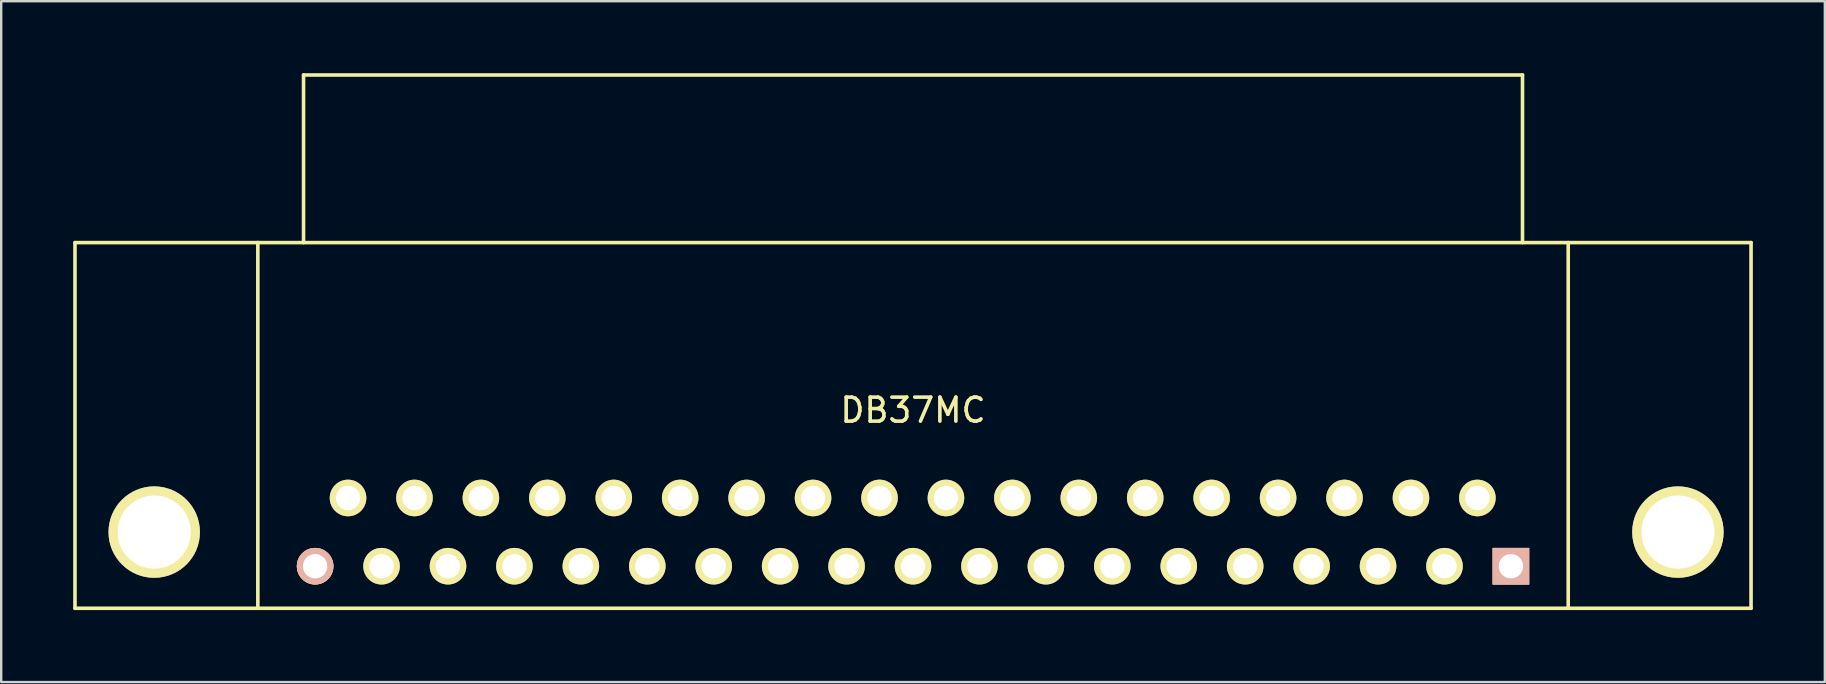
<source format=kicad_pcb>
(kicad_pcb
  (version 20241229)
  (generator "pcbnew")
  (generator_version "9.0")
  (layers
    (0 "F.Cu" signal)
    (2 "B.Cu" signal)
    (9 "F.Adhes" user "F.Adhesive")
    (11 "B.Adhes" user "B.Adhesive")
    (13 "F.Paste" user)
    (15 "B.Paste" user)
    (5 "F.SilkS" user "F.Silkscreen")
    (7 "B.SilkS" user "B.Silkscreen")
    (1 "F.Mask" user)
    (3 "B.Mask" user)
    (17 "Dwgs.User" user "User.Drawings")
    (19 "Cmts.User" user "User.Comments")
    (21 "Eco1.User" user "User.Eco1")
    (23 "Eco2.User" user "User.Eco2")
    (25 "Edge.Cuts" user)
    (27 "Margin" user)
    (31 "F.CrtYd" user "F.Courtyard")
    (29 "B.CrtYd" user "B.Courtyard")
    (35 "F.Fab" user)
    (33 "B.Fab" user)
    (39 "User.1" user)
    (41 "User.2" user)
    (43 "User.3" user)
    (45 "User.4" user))
  (footprint "DB37MC"
    (layer "F.Cu")
    (at 35 19.125)
    (property "Reference" "DB37MC" (at 0 -5.08 180) (layer "F.SilkS") (effects (font (size 1 1) (thickness 0.15))))
    (attr through_hole)
    (fp_line (start -34.925 -12.065) (end 34.925 -12.065) (stroke (width 0.15) (type solid)) (layer "F.SilkS"))
    (fp_line (start -34.925 3.175) (end -34.925 -12.065) (stroke (width 0.15) (type solid)) (layer "F.SilkS"))
    (fp_line (start -27.305 -12.065) (end -27.305 3.175) (stroke (width 0.15) (type solid)) (layer "F.SilkS"))
    (fp_line (start -25.4 -19.05) (end -25.4 -12.065) (stroke (width 0.15) (type solid)) (layer "F.SilkS"))
    (fp_line (start 25.4 -19.05) (end -25.4 -19.05) (stroke (width 0.15) (type solid)) (layer "F.SilkS"))
    (fp_line (start 25.4 -12.065) (end 25.4 -19.05) (stroke (width 0.15) (type solid)) (layer "F.SilkS"))
    (fp_line (start 27.305 -12.065) (end 27.305 3.175) (stroke (width 0.15) (type solid)) (layer "F.SilkS"))
    (fp_line (start 34.925 -12.065) (end 34.925 3.175) (stroke (width 0.15) (type solid)) (layer "F.SilkS"))
    (fp_line (start 34.925 3.175) (end -34.925 3.175) (stroke (width 0.15) (type solid)) (layer "F.SilkS"))
    (pad "1" thru_hole rect (at 24.917 1.422 180) (size 1.524 1.524) (drill 1.016) (layers "*.Cu" "*.SilkS" "*.Mask"))
    (pad "2" thru_hole circle (at 22.149 1.422 180) (size 1.524 1.524) (drill 1.016) (layers "*.Cu" "*.Mask" "F.SilkS"))
    (pad "3" thru_hole circle (at 19.38 1.422 180) (size 1.524 1.524) (drill 1.016) (layers "*.Cu" "*.Mask" "F.SilkS"))
    (pad "4" thru_hole circle (at 16.612 1.422 180) (size 1.524 1.524) (drill 1.016) (layers "*.Cu" "*.Mask" "F.SilkS"))
    (pad "5" thru_hole circle (at 13.843 1.422 180) (size 1.524 1.524) (drill 1.016) (layers "*.Cu" "*.Mask" "F.SilkS"))
    (pad "6" thru_hole circle (at 11.074 1.422 180) (size 1.524 1.524) (drill 1.016) (layers "*.Cu" "*.Mask" "F.SilkS"))
    (pad "7" thru_hole circle (at 8.306 1.422 180) (size 1.524 1.524) (drill 1.016) (layers "*.Cu" "*.Mask" "F.SilkS"))
    (pad "8" thru_hole circle (at 5.537 1.422 180) (size 1.524 1.524) (drill 1.016) (layers "*.Cu" "*.Mask" "F.SilkS"))
    (pad "9" thru_hole circle (at 2.769 1.422 180) (size 1.524 1.524) (drill 1.016) (layers "*.Cu" "*.Mask" "F.SilkS"))
    (pad "10" thru_hole circle (at 0 1.422 180) (size 1.524 1.524) (drill 1.016) (layers "*.Cu" "*.Mask" "F.SilkS"))
    (pad "11" thru_hole circle (at -2.769 1.422 180) (size 1.524 1.524) (drill 1.016) (layers "*.Cu" "*.Mask" "F.SilkS"))
    (pad "12" thru_hole circle (at -5.537 1.422 180) (size 1.524 1.524) (drill 1.016) (layers "*.Cu" "*.Mask" "F.SilkS"))
    (pad "13" thru_hole circle (at -8.306 1.422 180) (size 1.524 1.524) (drill 1.016) (layers "*.Cu" "*.Mask" "F.SilkS"))
    (pad "14" thru_hole circle (at -11.074 1.422 180) (size 1.524 1.524) (drill 1.016) (layers "*.Cu" "*.Mask" "F.SilkS"))
    (pad "15" thru_hole circle (at -13.843 1.422 180) (size 1.524 1.524) (drill 1.016) (layers "*.Cu" "*.Mask" "F.SilkS"))
    (pad "16" thru_hole circle (at -16.612 1.422 180) (size 1.524 1.524) (drill 1.016) (layers "*.Cu" "*.Mask" "F.SilkS"))
    (pad "17" thru_hole circle (at -19.38 1.422 180) (size 1.524 1.524) (drill 1.016) (layers "*.Cu" "*.Mask" "F.SilkS"))
    (pad "18" thru_hole circle (at -22.149 1.422 180) (size 1.524 1.524) (drill 1.016) (layers "*.Cu" "*.Mask" "F.SilkS"))
    (pad "19" thru_hole circle (at -24.917 1.422 180) (size 1.524 1.524) (drill 1.016) (layers "*.Cu" "*.SilkS" "*.Mask"))
    (pad "20" thru_hole circle (at 23.52 -1.422 180) (size 1.524 1.524) (drill 1.016) (layers "*.Cu" "*.Mask" "F.SilkS"))
    (pad "21" thru_hole circle (at 20.752 -1.422 180) (size 1.524 1.524) (drill 1.016) (layers "*.Cu" "*.Mask" "F.SilkS"))
    (pad "22" thru_hole circle (at 17.983 -1.422 180) (size 1.524 1.524) (drill 1.016) (layers "*.Cu" "*.Mask" "F.SilkS"))
    (pad "23" thru_hole circle (at 15.215 -1.422 180) (size 1.524 1.524) (drill 1.016) (layers "*.Cu" "*.Mask" "F.SilkS"))
    (pad "24" thru_hole circle (at 12.446 -1.422 180) (size 1.524 1.524) (drill 1.016) (layers "*.Cu" "*.Mask" "F.SilkS"))
    (pad "25" thru_hole circle (at 9.677 -1.422 180) (size 1.524 1.524) (drill 1.016) (layers "*.Cu" "*.Mask" "F.SilkS"))
    (pad "26" thru_hole circle (at 6.909 -1.422 180) (size 1.524 1.524) (drill 1.016) (layers "*.Cu" "*.Mask" "F.SilkS"))
    (pad "27" thru_hole circle (at 4.14 -1.422 180) (size 1.524 1.524) (drill 1.016) (layers "*.Cu" "*.Mask" "F.SilkS"))
    (pad "28" thru_hole circle (at 1.372 -1.422 180) (size 1.524 1.524) (drill 1.016) (layers "*.Cu" "*.Mask" "F.SilkS"))
    (pad "29" thru_hole circle (at -1.397 -1.422 180) (size 1.524 1.524) (drill 1.016) (layers "*.Cu" "*.Mask" "F.SilkS"))
    (pad "30" thru_hole circle (at -4.166 -1.422 180) (size 1.524 1.524) (drill 1.016) (layers "*.Cu" "*.Mask" "F.SilkS"))
    (pad "31" thru_hole circle (at -6.934 -1.422 180) (size 1.524 1.524) (drill 1.016) (layers "*.Cu" "*.Mask" "F.SilkS"))
    (pad "32" thru_hole circle (at -9.703 -1.422 180) (size 1.524 1.524) (drill 1.016) (layers "*.Cu" "*.Mask" "F.SilkS"))
    (pad "33" thru_hole circle (at -12.471 -1.422 180) (size 1.524 1.524) (drill 1.016) (layers "*.Cu" "*.Mask" "F.SilkS"))
    (pad "34" thru_hole circle (at -15.24 -1.422 180) (size 1.524 1.524) (drill 1.016) (layers "*.Cu" "*.Mask" "F.SilkS"))
    (pad "35" thru_hole circle (at -18.009 -1.422 180) (size 1.524 1.524) (drill 1.016) (layers "*.Cu" "*.Mask" "F.SilkS"))
    (pad "36" thru_hole circle (at -20.777 -1.422 180) (size 1.524 1.524) (drill 1.016) (layers "*.Cu" "*.Mask" "F.SilkS"))
    (pad "37" thru_hole circle (at -23.546 -1.422 180) (size 1.524 1.524) (drill 1.016) (layers "*.Cu" "*.Mask" "F.SilkS"))
    (pad "?" thru_hole circle (at -31.623 0 180) (size 3.81 3.81) (drill 3.048) (layers "*.Cu" "*.Mask" "F.SilkS"))
    (pad "?" thru_hole circle (at 31.877 0 180) (size 3.81 3.81) (drill 3.048) (layers "*.Cu" "*.Mask" "F.SilkS")))
  (gr_rect
    (start -3 -3)
    (end 73 25.375)
    (stroke (width 0.1) (type default))
    (fill no)
    (layer "Edge.Cuts")))
</source>
